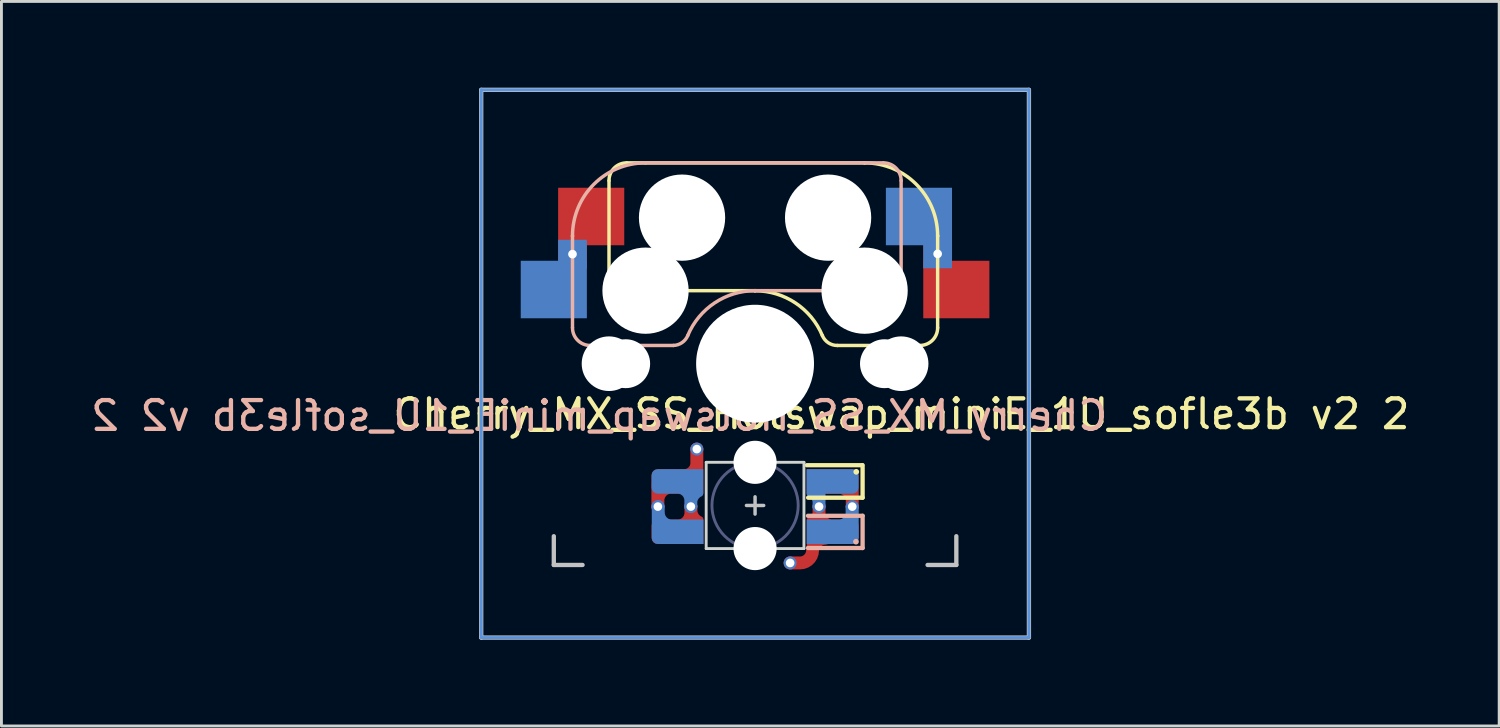
<source format=kicad_pcb>
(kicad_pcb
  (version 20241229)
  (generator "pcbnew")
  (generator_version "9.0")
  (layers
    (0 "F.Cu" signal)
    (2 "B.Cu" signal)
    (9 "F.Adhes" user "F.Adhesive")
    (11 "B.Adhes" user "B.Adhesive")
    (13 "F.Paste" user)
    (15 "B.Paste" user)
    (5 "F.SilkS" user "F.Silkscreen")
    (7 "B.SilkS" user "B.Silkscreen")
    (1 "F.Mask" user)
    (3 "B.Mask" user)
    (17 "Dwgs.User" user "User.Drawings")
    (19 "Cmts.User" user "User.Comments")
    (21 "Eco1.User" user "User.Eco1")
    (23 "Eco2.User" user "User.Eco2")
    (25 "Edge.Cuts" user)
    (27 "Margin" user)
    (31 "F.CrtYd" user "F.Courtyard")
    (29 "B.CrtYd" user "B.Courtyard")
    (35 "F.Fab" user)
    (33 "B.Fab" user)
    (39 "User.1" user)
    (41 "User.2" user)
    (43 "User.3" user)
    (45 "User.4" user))
  (footprint "Cherry_MX_SS_Hotswap_miniE_1U_sofle3b v2 2"
    (layer "F.Cu")
    (at 23.212 9.6)
    (property "Reference" "Cherry_MX_SS_Hotswap_miniE_1U_sofle3b v2 2" (at -5.42 1.81 0) (layer "B.SilkS") (effects (font (size 1 1) (thickness 0.15)) (justify mirror)))
    (attr through_hole)
    (fp_line (start -5.08 -6.36) (end -5.08 -2.54) (stroke (width 0.12) (type solid)) (layer "F.SilkS"))
    (fp_line (start -5.08 -2.54) (end -5.08 -2.54) (stroke (width 0.12) (type solid)) (layer "F.SilkS"))
    (fp_line (start -5.08 -2.54) (end -5.08 -2.54) (stroke (width 0.12) (type solid)) (layer "F.SilkS"))
    (fp_line (start -4.46 -6.985) (end 3.81 -6.985) (stroke (width 0.12) (type solid)) (layer "F.SilkS"))
    (fp_line (start 0 -2.54) (end -5.08 -2.54) (stroke (width 0.12) (type solid)) (layer "F.SilkS"))
    (fp_line (start 0 -2.54) (end 0 -2.54) (stroke (width 0.12) (type solid)) (layer "F.SilkS"))
    (fp_line (start 1.8 3.53) (end 3.724 3.53) (stroke (width 0.15) (type solid)) (layer "F.SilkS"))
    (fp_line (start 2.86 -0.635) (end 5.72 -0.635) (stroke (width 0.12) (type solid)) (layer "F.SilkS"))
    (fp_line (start 3.74 3.53) (end 3.74 4.66) (stroke (width 0.15) (type solid)) (layer "F.SilkS"))
    (fp_line (start 3.74 4.66) (end 1.846 4.66) (stroke (width 0.15) (type solid)) (layer "F.SilkS"))
    (fp_line (start 3.81 -6.985) (end 3.81 -6.985) (stroke (width 0.12) (type solid)) (layer "F.SilkS"))
    (fp_line (start 6.35 -4.445) (end 6.35 -4.445) (stroke (width 0.12) (type solid)) (layer "F.SilkS"))
    (fp_line (start 6.35 -1.25) (end 6.35 -4.445) (stroke (width 0.12) (type solid)) (layer "F.SilkS"))
    (fp_arc (start -5.08 -6.37) (mid -4.899871 -6.804871) (end -4.465 -6.985) (stroke (width 0.12) (type default)) (layer "F.SilkS"))
    (fp_arc (start 0 -2.536928) (mid 1.405313 -2.11213) (end 2.34 -0.98) (stroke (width 0.12) (type solid)) (layer "F.SilkS"))
    (fp_arc (start 2.859999 -0.633863) (mid 2.547381 -0.727883) (end 2.34 -0.98) (stroke (width 0.12) (type default)) (layer "F.SilkS"))
    (fp_arc (start 3.81 -6.985) (mid 5.606051 -6.241051) (end 6.35 -4.445) (stroke (width 0.12) (type solid)) (layer "F.SilkS"))
    (fp_arc (start 6.350129 -1.25) (mid 6.169985 -0.815144) (end 5.735129 -0.635) (stroke (width 0.12) (type default)) (layer "F.SilkS"))
    (fp_circle (center 3.52 3.76) (end 3.62 3.76) (stroke (width 0) (type solid)) (fill yes) (layer "F.SilkS"))
    (fp_line (start -6.35 -4.445) (end -6.35 -4.445) (stroke (width 0.12) (type solid)) (layer "B.SilkS"))
    (fp_line (start -6.35 -4.445) (end -6.35 -1.26) (stroke (width 0.12) (type solid)) (layer "B.SilkS"))
    (fp_line (start -5.73 -0.635) (end -2.84 -0.635) (stroke (width 0.12) (type solid)) (layer "B.SilkS"))
    (fp_line (start -3.81 -6.985) (end -3.81 -6.985) (stroke (width 0.12) (type solid)) (layer "B.SilkS"))
    (fp_line (start -3.81 -6.985) (end 4.46 -6.985) (stroke (width 0.12) (type solid)) (layer "B.SilkS"))
    (fp_line (start 0 -2.54) (end 0 -2.54) (stroke (width 0.12) (type solid)) (layer "B.SilkS"))
    (fp_line (start 0 -2.54) (end 5.08 -2.54) (stroke (width 0.12) (type solid)) (layer "B.SilkS"))
    (fp_line (start 3.74 5.29) (end 1.84 5.29) (stroke (width 0.15) (type solid)) (layer "B.SilkS"))
    (fp_line (start 3.74 5.29) (end 3.74 6.41) (stroke (width 0.15) (type solid)) (layer "B.SilkS"))
    (fp_line (start 3.74 6.41) (end 1.84 6.41) (stroke (width 0.15) (type solid)) (layer "B.SilkS"))
    (fp_line (start 5.08 -6.37) (end 5.08 -2.54) (stroke (width 0.12) (type solid)) (layer "B.SilkS"))
    (fp_line (start 5.08 -2.54) (end 5.08 -2.54) (stroke (width 0.12) (type solid)) (layer "B.SilkS"))
    (fp_line (start 5.08 -2.54) (end 5.08 -2.54) (stroke (width 0.12) (type solid)) (layer "B.SilkS"))
    (fp_arc (start -6.35 -4.445) (mid -5.606051 -6.241051) (end -3.81 -6.985) (stroke (width 0.12) (type solid)) (layer "B.SilkS"))
    (fp_arc (start -5.735 -0.635) (mid -6.169871 -0.815129) (end -6.35 -1.25) (stroke (width 0.12) (type default)) (layer "B.SilkS"))
    (fp_arc (start -2.34 -0.983072) (mid -1.405313 -2.115202) (end 0 -2.54) (stroke (width 0.12) (type solid)) (layer "B.SilkS"))
    (fp_arc (start -2.34 -0.980845) (mid -2.539137 -0.734326) (end -2.840072 -0.635) (stroke (width 0.12) (type default)) (layer "B.SilkS"))
    (fp_arc (start 4.465129 -6.985) (mid 4.899999 -6.80487) (end 5.080129 -6.37) (stroke (width 0.12) (type default)) (layer "B.SilkS"))
    (fp_circle (center 3.51 6.19) (end 3.41 6.19) (stroke (width 0) (type solid)) (fill yes) (layer "B.SilkS"))
    (fp_line (start -9.525 -9.525) (end 9.525 -9.525) (stroke (width 0.15) (type solid)) (layer "Dwgs.User"))
    (fp_line (start -9.525 9.525) (end -9.525 -9.525) (stroke (width 0.15) (type solid)) (layer "Dwgs.User"))
    (fp_line (start -7 6) (end -7 7) (stroke (width 0.15) (type solid)) (layer "Dwgs.User"))
    (fp_line (start -7 7) (end -6 7) (stroke (width 0.15) (type solid)) (layer "Dwgs.User"))
    (fp_line (start -0.3 4.93) (end 0.3 4.93) (stroke (width 0.12) (type solid)) (layer "Dwgs.User"))
    (fp_line (start 0 4.63) (end 0 5.23) (stroke (width 0.12) (type solid)) (layer "Dwgs.User"))
    (fp_line (start 6 7) (end 7 7) (stroke (width 0.15) (type solid)) (layer "Dwgs.User"))
    (fp_line (start 7 7) (end 7 6) (stroke (width 0.15) (type solid)) (layer "Dwgs.User"))
    (fp_line (start 9.525 -9.525) (end 9.525 9.525) (stroke (width 0.15) (type solid)) (layer "Dwgs.User"))
    (fp_line (start 9.525 9.525) (end -9.525 9.525) (stroke (width 0.15) (type solid)) (layer "Dwgs.User"))
    (fp_line (start -9.525 -9.525) (end -9.525 9.525) (stroke (width 0.1) (type solid)) (layer "Cmts.User"))
    (fp_line (start 9.525 -9.525) (end -9.525 -9.525) (stroke (width 0.1) (type solid)) (layer "Cmts.User"))
    (fp_line (start 9.525 -9.525) (end 9.525 9.525) (stroke (width 0.1) (type solid)) (layer "Cmts.User"))
    (fp_line (start 9.525 9.525) (end -9.525 9.525) (stroke (width 0.1) (type solid)) (layer "Cmts.User"))
    (fp_line (start -1.7 6.43) (end -1.7 3.43) (stroke (width 0.1) (type solid)) (layer "Edge.Cuts"))
    (fp_line (start 1.7 3.43) (end -1.7 3.43) (stroke (width 0.1) (type solid)) (layer "Edge.Cuts"))
    (fp_line (start 1.7 3.43) (end 1.7 6.43) (stroke (width 0.1) (type solid)) (layer "Edge.Cuts"))
    (fp_line (start 1.7 6.43) (end -1.7 6.43) (stroke (width 0.1) (type solid)) (layer "Edge.Cuts"))
    (fp_circle (center 0 4.93) (end 0 6.43) (stroke (width 0.1) (type solid)) (fill no) (layer "B.Fab"))
    (fp_rect (start 7 -7) (end -7 7) (stroke (width 0.12) (type default)) (fill no) (layer "User.4"))
    (fp_text user "${REFERENCE}" (at 5.09 1.75 0) (layer "F.SilkS") (effects (font (size 1 1) (thickness 0.15))))
    (pad "" np_thru_hole circle (at -5.08 0) (size 1.9 1.9) (drill 1.9) (layers "*.Cu" "*.Mask"))
    (pad "" np_thru_hole circle (at -4.5 0) (size 1.7 1.7) (drill 1.7) (layers "*.Cu" "*.Mask"))
    (pad "" np_thru_hole circle (at -3.81 -2.54 180) (size 3 3) (drill 3) (layers "*.Cu" "*.Mask"))
    (pad "" smd roundrect (at -2.69 5.845 180) (size 1.82 0.85) (layers "F.Mask") (roundrect_rratio 0.25) (chamfer_ratio 0) (chamfer top_left bottom_left))
    (pad "" smd roundrect (at -2.69 4.095) (size 1.82 0.85) (layers "B.Mask") (roundrect_rratio 0.25) (chamfer_ratio 0) (chamfer top_right bottom_right))
    (pad "" smd roundrect (at -2.69 4.095 180) (size 1.82 0.84) (layers "F.Mask") (roundrect_rratio 0.25) (chamfer_ratio 0) (chamfer top_left bottom_left))
    (pad "" smd roundrect (at -2.685 5.855) (size 1.83 0.85) (layers "B.Mask") (roundrect_rratio 0.25) (chamfer_ratio 0) (chamfer top_right bottom_right))
    (pad "" np_thru_hole circle (at -2.54 -5.08 180) (size 3 3) (drill 3) (layers "*.Cu" "*.Mask"))
    (pad "" np_thru_hole circle (at 0 0 90) (size 4.1 4.1) (drill 4.1) (layers "*.Cu" "*.Mask"))
    (pad "" np_thru_hole circle (at 0 3.43) (size 1.5 1.5) (drill 1.5) (layers "*.Cu" "*.Mask"))
    (pad "" np_thru_hole circle (at 0 6.43) (size 1.5 1.5) (drill 1.5) (layers "*.Cu" "*.Mask"))
    (pad "" smd rect (at 2.47 5.85 180) (size 1.38 0.84) (layers "B.Mask"))
    (pad "" smd rect (at 2.47 4.09) (size 1.38 0.84) (layers "F.Mask"))
    (pad "" np_thru_hole circle (at 2.54 -5.08 180) (size 3 3) (drill 3) (layers "*.Cu" "*.Mask"))
    (pad "" smd roundrect (at 2.685 4.095 180) (size 1.83 0.85) (layers "B.Mask") (roundrect_rratio 0.25) (chamfer_ratio 0) (chamfer top_right bottom_right))
    (pad "" smd roundrect (at 2.69 5.84) (size 1.82 0.84) (layers "F.Mask") (roundrect_rratio 0.25) (chamfer_ratio 0) (chamfer top_left bottom_left))
    (pad "" smd roundrect (at 2.855 5.85 180) (size 1.49 0.84) (layers "B.Mask") (roundrect_rratio 0.25) (chamfer_ratio 0.5) (chamfer top_left))
    (pad "" smd roundrect (at 2.855 4.09) (size 1.49 0.84) (layers "F.Mask") (roundrect_rratio 0.25) (chamfer_ratio 0.5) (chamfer top_right))
    (pad "" np_thru_hole circle (at 3.81 -2.54 180) (size 3 3) (drill 3) (layers "*.Cu" "*.Mask"))
    (pad "" np_thru_hole circle (at 4.5 0) (size 1.7 1.7) (drill 1.7) (layers "*.Cu" "*.Mask"))
    (pad "" np_thru_hole circle (at 5.08 0) (size 1.9 1.9) (drill 1.9) (layers "*.Cu" "*.Mask"))
    (pad "1" smd custom (at -2.7 4.095 180) (size 0.85 0.85) (layers "B.Cu") (options (anchor circle)) (primitives (gr_arc (start 0 -0.225) (mid -0.311126 -0.353874) (end -0.44 -0.665) (width 0.4)) (gr_arc (start -0.588284 -0.744999) (mid -0.645593 -0.555573) (end -0.798298 -0.429684) (width 0.2)) (gr_line (start -0.466 -0.184) (end -0.466 -0.874) (width 0.45)) (gr_poly (pts (xy 0.9 -0.212) (xy 0.884 -0.294) (xy 0.838 -0.363) (xy 0.769 -0.409) (xy 0.688 -0.425) (xy -0.9 -0.425) (xy -0.9 0.425) (xy 0.688 0.425) (xy 0.769 0.409) (xy 0.838 0.363) (xy 0.884 0.294) (xy 0.9 0.212)) (width 0) (fill yes))))
    (pad "1" smd custom (at -2.7 5.845 180) (size 0.85 0.85) (layers "F.Cu") (options (anchor circle)) (primitives (gr_poly (pts (xy 0.9 -0.212) (xy 0.884 -0.294) (xy 0.838 -0.363) (xy 0.769 -0.409) (xy 0.688 -0.425) (xy -0.9 -0.425) (xy -0.9 0.425) (xy 0.688 0.425) (xy 0.769 0.409) (xy 0.838 0.363) (xy 0.884 0.294) (xy 0.9 0.212)) (width 0) (fill yes)) (gr_arc (start -0.445 0.665) (mid -0.316126 0.353874) (end -0.005 0.225) (width 0.4)) (gr_arc (start -0.802705 0.435002) (mid -0.650002 0.56089) (end -0.592691 0.750315) (width 0.2)) (gr_line (start -0.47 0.275) (end -0.47 0.875) (width 0.45))))
    (pad "1" thru_hole circle (at -2.234 4.969) (size 0.45 0.45) (drill 0.3) (layers "*.Cu"))
    (pad "2" thru_hole circle (at -3.38 4.97) (size 0.45 0.45) (drill 0.3) (layers "*.Cu"))
    (pad "2" smd custom (at -2.7 4.095) (size 0.85 0.85) (layers "F.Cu") (options (anchor circle)) (primitives (gr_poly (pts (xy 0.9 -0.425) (xy -0.688 -0.425) (xy -0.769 -0.409) (xy -0.838 -0.363) (xy -0.884 -0.294) (xy -0.9 -0.212) (xy -0.9 0.212) (xy -0.884 0.294) (xy -0.838 0.363) (xy -0.769 0.409) (xy -0.688 0.425) (xy 0.9 0.425)) (width 0) (fill yes)) (gr_line (start 0.675 -0.225) (end 0.675 -1.125) (width 0.45)) (gr_arc (start 0.675 -0.645) (mid 0.546126 -0.333874) (end 0.235 -0.205) (width 0.45)) (gr_line (start -0.68 0.075) (end -0.68 0.875) (width 0.45)) (gr_arc (start -0.655 0.665) (mid -0.526126 0.353874) (end -0.215 0.225) (width 0.4))))
    (pad "2" smd custom (at -2.693 5.845) (size 0.85 0.85) (layers "B.Cu") (options (anchor circle)) (primitives (gr_arc (start -0.205874 -0.226126) (mid -0.517 -0.355) (end -0.645874 -0.666126) (width 0.4)) (gr_line (start -0.675 -0.135) (end -0.675 -0.875) (width 0.45)) (gr_poly (pts (xy 0.9 -0.425) (xy -0.9 -0.425) (xy -0.9 0.212) (xy -0.884 0.294) (xy -0.838 0.363) (xy -0.769 0.409) (xy -0.688 0.425) (xy 0.9 0.425)) (width 0) (fill yes))))
    (pad "2" thru_hole circle (at -2.025 2.97) (size 0.45 0.45) (drill 0.3) (layers "*.Cu"))
    (pad "3" smd custom (at 2.7 4.1) (size 0.85 0.85) (layers "F.Cu") (options (anchor circle)) (primitives (gr_arc (start 0.215 0.225) (mid 0.526126 0.353874) (end 0.655 0.665) (width 0.4)) (gr_line (start 0.68 0.875) (end 0.68 0.275) (width 0.45)) (gr_poly (pts (xy -0.9 -0.425) (xy 0.688 -0.425) (xy 0.769 -0.409) (xy 0.838 -0.363) (xy 0.884 -0.294) (xy 0.9 -0.212) (xy 0.9 0.212) (xy 0.884 0.294) (xy 0.838 0.363) (xy 0.769 0.409) (xy 0.688 0.425) (xy -0.9 0.425)) (width 0) (fill yes))))
    (pad "3" smd custom (at 2.705 5.845) (size 0.85 0.85) (layers "B.Cu") (options (anchor circle)) (primitives (gr_arc (start 0.645 -0.665) (mid 0.516126 -0.353874) (end 0.205 -0.225) (width 0.4)) (gr_poly (pts (xy 0.494 -0.354) (xy 0.85 -0.354) (xy 0.85 -0.887) (xy 0.494 -0.887)) (width 0.1) (fill yes)) (gr_poly (pts (xy 0.9 -0.425) (xy -0.91 -0.425) (xy -0.91 0.425) (xy 0.688 0.425) (xy 0.769 0.409) (xy 0.838 0.363) (xy 0.884 0.294) (xy 0.9 0.212)) (width 0) (fill yes))))
    (pad "3" thru_hole circle (at 3.38 4.97) (size 0.45 0.45) (drill 0.3) (layers "*.Cu"))
    (pad "4" thru_hole circle (at 1.22 6.93 180) (size 0.45 0.45) (drill 0.3) (layers "*.Cu"))
    (pad "4" thru_hole circle (at 2.225 4.97) (size 0.45 0.45) (drill 0.3) (layers "*.Cu"))
    (pad "4" smd custom (at 2.7 4.095 180) (size 0.85 0.85) (layers "B.Cu") (options (anchor circle)) (primitives (gr_line (start 0.475 -0.235) (end 0.475 -0.875) (width 0.45)) (gr_arc (start 0.81 -0.425001) (mid 0.657302 -0.550891) (end 0.600001 -0.740315) (width 0.2)) (gr_poly (pts (xy 0.91 -0.425) (xy -0.688 -0.425) (xy -0.769 -0.409) (xy -0.838 -0.363) (xy -0.884 -0.294) (xy -0.9 -0.212) (xy -0.9 0.212) (xy -0.884 0.294) (xy -0.838 0.363) (xy -0.769 0.409) (xy -0.688 0.425) (xy 0.91 0.425)) (width 0) (fill yes))))
    (pad "4" smd custom (at 2.7 5.845 180) (size 0.85 0.85) (layers "F.Cu") (options (anchor circle)) (primitives (gr_poly (pts (xy 0.9 -0.425) (xy -0.688 -0.425) (xy -0.769 -0.409) (xy -0.838 -0.363) (xy -0.884 -0.294) (xy -0.9 -0.212) (xy -0.9 0.212) (xy -0.884 0.294) (xy -0.838 0.363) (xy -0.769 0.409) (xy -0.688 0.425) (xy 0.9 0.425)) (width 0) (fill yes)) (gr_arc (start 0.01 0.225) (mid 0.321126 0.353874) (end 0.45 0.665) (width 0.4)) (gr_arc (start 0.589986 0.730315) (mid 0.647297 0.540891) (end 0.800002 0.415004) (width 0.2)) (gr_line (start 0.475 0.275) (end 0.475 0.875) (width 0.45)) (gr_arc (start 0.7 -0.645) (mid 0.828874 -0.956126) (end 1.14 -1.085) (width 0.45)) (gr_line (start 1.48 -1.085) (end 1.18 -1.085) (width 0.45)) (gr_line (start 0.7 -0.165) (end 0.7 -0.645) (width 0.4)) (gr_arc (start 0.7 -0.666126) (mid 0.571126 -0.355) (end 0.26 -0.226126) (width 0.45))))
    (pad "5" smd rect (at 5.7 -5.12 180) (size 2.3 2) (layers "B.Cu" "B.Mask" "B.Paste"))
    (pad "5" thru_hole rect (at 6.35 -3.82) (size 1 1) (drill 0.3) (layers "*.Cu"))
    (pad "5" smd rect (at 7 -2.58 180) (size 2.3 2) (layers "F.Cu" "F.Mask" "F.Paste"))
    (pad "6" smd rect (at -7 -2.58 180) (size 2.3 2) (layers "B.Cu" "B.Mask" "B.Paste"))
    (pad "6" thru_hole rect (at -6.35 -3.81) (size 1 1) (drill 0.3) (layers "*.Cu"))
    (pad "6" smd rect (at -5.7 -5.12 180) (size 2.3 2) (layers "F.Cu" "F.Mask" "F.Paste")))
  (gr_rect
    (start -3 -3)
    (end 49.093 22.2)
    (stroke (width 0.1) (type default))
    (fill no)
    (layer "Edge.Cuts")))
</source>
